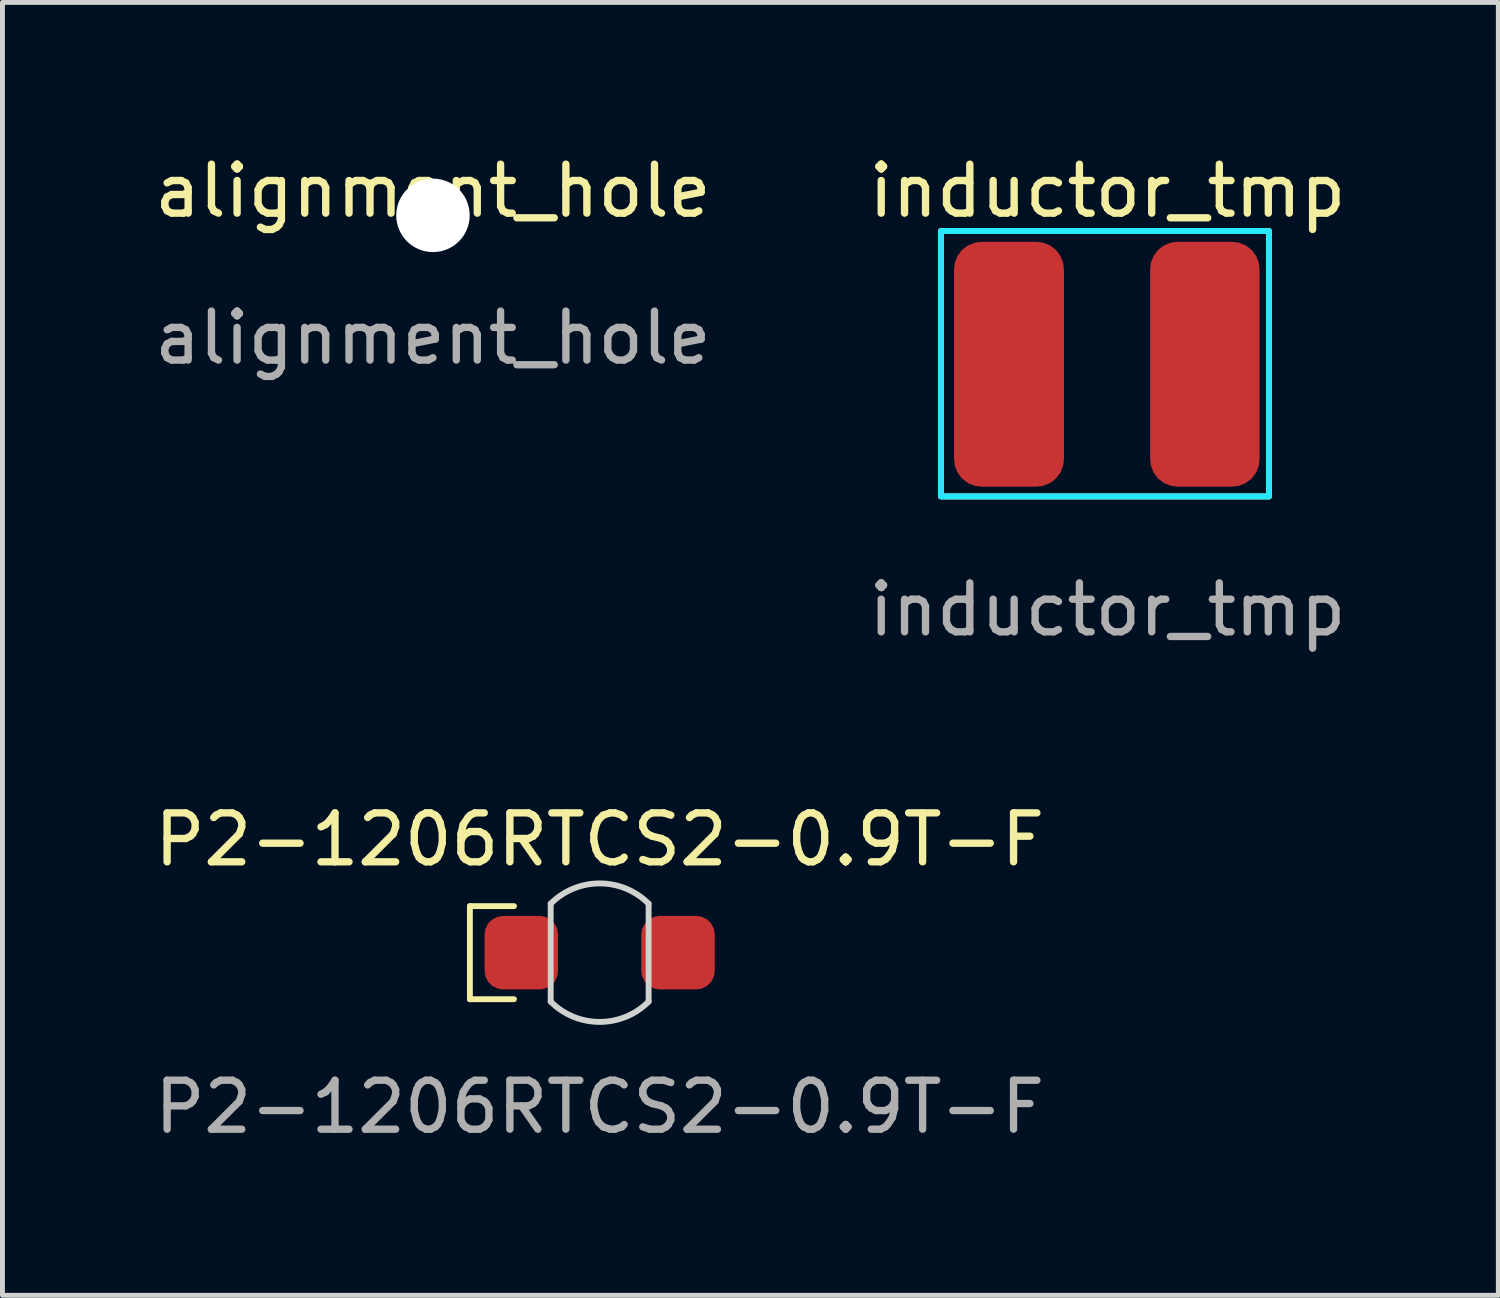
<source format=kicad_pcb>
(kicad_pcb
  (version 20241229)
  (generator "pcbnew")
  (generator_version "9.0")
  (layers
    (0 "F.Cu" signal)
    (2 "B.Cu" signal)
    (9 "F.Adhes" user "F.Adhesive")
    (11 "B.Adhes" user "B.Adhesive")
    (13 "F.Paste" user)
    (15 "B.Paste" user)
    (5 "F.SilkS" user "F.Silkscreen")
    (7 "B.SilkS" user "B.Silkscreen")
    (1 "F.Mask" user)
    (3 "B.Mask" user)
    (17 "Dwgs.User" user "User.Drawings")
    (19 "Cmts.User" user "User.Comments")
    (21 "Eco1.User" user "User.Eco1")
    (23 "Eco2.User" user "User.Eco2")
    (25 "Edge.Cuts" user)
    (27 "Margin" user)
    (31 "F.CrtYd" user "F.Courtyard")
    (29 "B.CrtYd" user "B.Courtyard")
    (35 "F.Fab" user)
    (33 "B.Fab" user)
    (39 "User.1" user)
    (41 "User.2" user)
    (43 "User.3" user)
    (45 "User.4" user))
  (footprint "P2-1206RTCS2-0.9T-F"
    (layer "F.Cu")
    (at 9.196 16.405)
    (property "Reference" "P2-1206RTCS2-0.9T-F" (at 0 -2.31 0) (unlocked yes) (layer "F.SilkS") (effects (font (size 1 1) (thickness 0.15))))
    (attr smd)
    (fp_line (start -2.65 -0.95) (end -2.65 0.95) (stroke (width 0.12) (type default)) (layer "F.SilkS"))
    (fp_line (start -2.65 -0.95) (end -1.75 -0.95) (stroke (width 0.12) (type default)) (layer "F.SilkS"))
    (fp_line (start -2.65 0.95) (end -1.75 0.95) (stroke (width 0.12) (type default)) (layer "F.SilkS"))
    (fp_line (start -1 -1) (end -1 1) (stroke (width 0.12) (type default)) (layer "Edge.Cuts"))
    (fp_line (start 1 1) (end 1 -1) (stroke (width 0.12) (type default)) (layer "Edge.Cuts"))
    (fp_arc (start -1 -1) (mid 0 -1.414214) (end 1 -1) (stroke (width 0.12) (type default)) (layer "Edge.Cuts"))
    (fp_arc (start 1 1) (mid 0 1.414214) (end -1 1) (stroke (width 0.12) (type default)) (layer "Edge.Cuts"))
    (fp_text user "${REFERENCE}" (at 0 3.15 0) (unlocked yes) (layer "F.Fab") (effects (font (size 1 1) (thickness 0.15))))
    (pad "1" smd roundrect (at -1.6 0) (size 1.5 1.5) (layers "F.Cu" "F.Mask" "F.Paste") (roundrect_rratio 0.25))
    (pad "2" smd roundrect (at 1.6 0) (size 1.5 1.5) (layers "F.Cu" "F.Mask" "F.Paste") (roundrect_rratio 0.25)))
  (footprint "alignment_hole"
    (layer "F.Cu")
    (at 5.792 1.348)
    (property "Reference" "alignment_hole" (at 0 -0.5 0) (unlocked yes) (layer "F.SilkS") (effects (font (size 1 1) (thickness 0.15))))
    (attr smd)
    (fp_text user "${REFERENCE}" (at 0 2.5 0) (unlocked yes) (layer "F.Fab") (effects (font (size 1 1) (thickness 0.15))))
    (pad "" np_thru_hole circle (at 0 0) (size 1.5 1.5) (drill 1.5) (layers "*.Cu")))
  (footprint "inductor_tmp"
    (layer "F.Cu")
    (at 19.555 4.388)
    (property "Reference" "inductor_tmp" (at 0.01 -3.54 0) (unlocked yes) (layer "F.SilkS") (effects (font (size 1 1) (thickness 0.15))))
    (attr smd)
    (fp_rect (start -3.39 -2.72) (end 3.31 2.7) (stroke (width 0.12) (type default)) (fill no) (layer "F.SilkS"))
    (fp_rect (start -3.39 -2.72) (end 3.31 2.7) (stroke (width 0.12) (type default)) (fill no) (layer "B.CrtYd"))
    (fp_text user "${REFERENCE}" (at 0.01 5.01 0) (unlocked yes) (layer "F.Fab") (effects (font (size 1 1) (thickness 0.15))))
    (pad "1" smd roundrect (at 2 0) (size 2.235 5) (layers "F.Cu" "F.Mask" "F.Paste") (roundrect_rratio 0.25))
    (pad "2" smd roundrect (at -2 0) (size 2.245 5) (layers "F.Cu" "F.Mask" "F.Paste") (roundrect_rratio 0.25)))
  (gr_rect
    (start -3 -3)
    (end 27.548 23.403)
    (stroke (width 0.1) (type default))
    (fill no)
    (layer "Edge.Cuts")))
</source>
